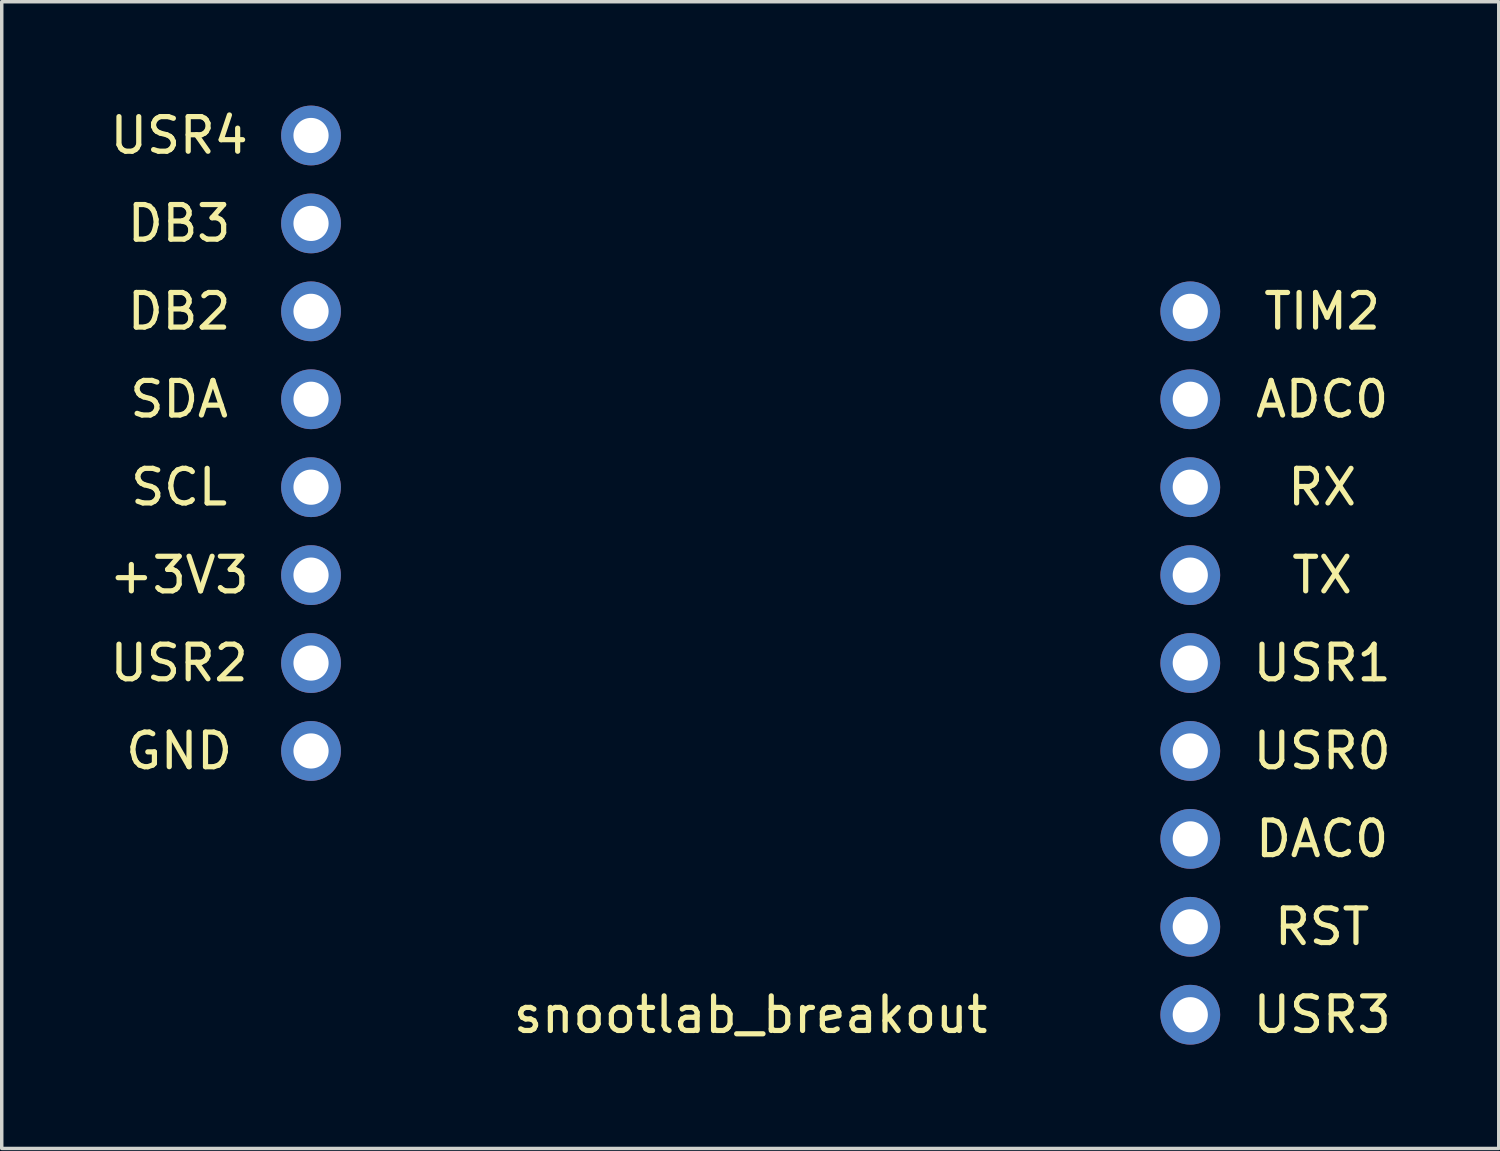
<source format=kicad_pcb>
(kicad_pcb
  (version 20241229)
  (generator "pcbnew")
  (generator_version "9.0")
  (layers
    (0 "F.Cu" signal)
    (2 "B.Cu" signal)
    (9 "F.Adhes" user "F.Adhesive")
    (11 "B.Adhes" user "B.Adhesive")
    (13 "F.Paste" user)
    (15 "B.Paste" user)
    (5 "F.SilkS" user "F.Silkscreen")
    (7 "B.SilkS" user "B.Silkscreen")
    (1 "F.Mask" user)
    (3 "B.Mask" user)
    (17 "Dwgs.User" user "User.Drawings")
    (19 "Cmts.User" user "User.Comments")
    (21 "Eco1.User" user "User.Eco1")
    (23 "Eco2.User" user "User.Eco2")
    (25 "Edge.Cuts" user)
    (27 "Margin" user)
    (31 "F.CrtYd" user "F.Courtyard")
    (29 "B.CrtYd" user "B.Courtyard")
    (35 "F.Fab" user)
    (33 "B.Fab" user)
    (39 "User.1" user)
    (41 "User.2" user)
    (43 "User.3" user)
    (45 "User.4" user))
  (footprint "snootlab_breakout"
    (layer "F.Cu")
    (at 18.635 12.294)
    (property "Reference" "snootlab_breakout" (at 0 13.97 0) (layer "F.SilkS") (effects (font (size 1 1) (thickness 0.15))))
    (attr through_hole)
    (fp_text user "TIM2" (at 16.51 -6.35 0) (layer "F.SilkS") (effects (font (size 1 1) (thickness 0.15))))
    (fp_text user "+3V3" (at -16.51 1.27 0) (layer "F.SilkS") (effects (font (size 1 1) (thickness 0.15))))
    (fp_text user "ADC0" (at 16.51 -3.81 0) (layer "F.SilkS") (effects (font (size 1 1) (thickness 0.15))))
    (fp_text user "RST" (at 16.51 11.43 0) (layer "F.SilkS") (effects (font (size 1 1) (thickness 0.15))))
    (fp_text user "USR2" (at -16.51 3.81 0) (layer "F.SilkS") (effects (font (size 1 1) (thickness 0.15))))
    (fp_text user "USR3" (at 16.51 13.97 0) (layer "F.SilkS") (effects (font (size 1 1) (thickness 0.15))))
    (fp_text user "SCL" (at -16.51 -1.27 0) (layer "F.SilkS") (effects (font (size 1 1) (thickness 0.15))))
    (fp_text user "GND" (at -16.51 6.35 0) (layer "F.SilkS") (effects (font (size 1 1) (thickness 0.15))))
    (fp_text user "DAC0" (at 16.51 8.89 0) (layer "F.SilkS") (effects (font (size 1 1) (thickness 0.15))))
    (fp_text user "TX" (at 16.51 1.27 0) (layer "F.SilkS") (effects (font (size 1 1) (thickness 0.15))))
    (fp_text user "DB2" (at -16.51 -6.35 0) (layer "F.SilkS") (effects (font (size 1 1) (thickness 0.15))))
    (fp_text user "USR1" (at 16.51 3.81 0) (layer "F.SilkS") (effects (font (size 1 1) (thickness 0.15))))
    (fp_text user "USR4" (at -16.51 -11.43 0) (layer "F.SilkS") (effects (font (size 1 1) (thickness 0.15))))
    (fp_text user "RX" (at 16.51 -1.27 0) (layer "F.SilkS") (effects (font (size 1 1) (thickness 0.15))))
    (fp_text user "DB3" (at -16.51 -8.89 0) (layer "F.SilkS") (effects (font (size 1 1) (thickness 0.15))))
    (fp_text user "SDA" (at -16.51 -3.81 0) (layer "F.SilkS") (effects (font (size 1 1) (thickness 0.15))))
    (fp_text user "USR0" (at 16.51 6.35 0) (layer "F.SilkS") (effects (font (size 1 1) (thickness 0.15))))
    (pad "1" thru_hole circle (at -12.7 -11.43) (size 1.727 1.727) (drill 1.016) (layers "*.Cu" "*.Mask"))
    (pad "2" thru_hole circle (at -12.7 -8.89) (size 1.727 1.727) (drill 1.016) (layers "*.Cu" "*.Mask"))
    (pad "3" thru_hole circle (at -12.7 -6.35) (size 1.727 1.727) (drill 1.016) (layers "*.Cu" "*.Mask"))
    (pad "4" thru_hole circle (at -12.7 -3.81) (size 1.727 1.727) (drill 1.016) (layers "*.Cu" "*.Mask"))
    (pad "5" thru_hole circle (at -12.7 -1.27) (size 1.727 1.727) (drill 1.016) (layers "*.Cu" "*.Mask"))
    (pad "6" thru_hole circle (at -12.7 1.27) (size 1.727 1.727) (drill 1.016) (layers "*.Cu" "*.Mask"))
    (pad "7" thru_hole circle (at -12.7 3.81) (size 1.727 1.727) (drill 1.016) (layers "*.Cu" "*.Mask"))
    (pad "8" thru_hole circle (at -12.7 6.35) (size 1.727 1.727) (drill 1.016) (layers "*.Cu" "*.Mask"))
    (pad "9" thru_hole circle (at 12.7 -6.35) (size 1.727 1.727) (drill 1.016) (layers "*.Cu" "*.Mask"))
    (pad "10" thru_hole circle (at 12.7 -3.81) (size 1.727 1.727) (drill 1.016) (layers "*.Cu" "*.Mask"))
    (pad "11" thru_hole circle (at 12.7 -1.27) (size 1.727 1.727) (drill 1.016) (layers "*.Cu" "*.Mask"))
    (pad "12" thru_hole circle (at 12.7 1.27) (size 1.727 1.727) (drill 1.016) (layers "*.Cu" "*.Mask"))
    (pad "13" thru_hole circle (at 12.7 3.81) (size 1.727 1.727) (drill 1.016) (layers "*.Cu" "*.Mask"))
    (pad "14" thru_hole circle (at 12.7 6.35) (size 1.727 1.727) (drill 1.016) (layers "*.Cu" "*.Mask"))
    (pad "15" thru_hole circle (at 12.7 8.89) (size 1.727 1.727) (drill 1.016) (layers "*.Cu" "*.Mask"))
    (pad "16" thru_hole circle (at 12.7 11.43) (size 1.727 1.727) (drill 1.016) (layers "*.Cu" "*.Mask"))
    (pad "17" thru_hole circle (at 12.7 13.97) (size 1.727 1.727) (drill 1.016) (layers "*.Cu" "*.Mask")))
  (gr_rect
    (start -3 -3)
    (end 40.246 30.127)
    (stroke (width 0.1) (type default))
    (fill no)
    (layer "Edge.Cuts")))
</source>
